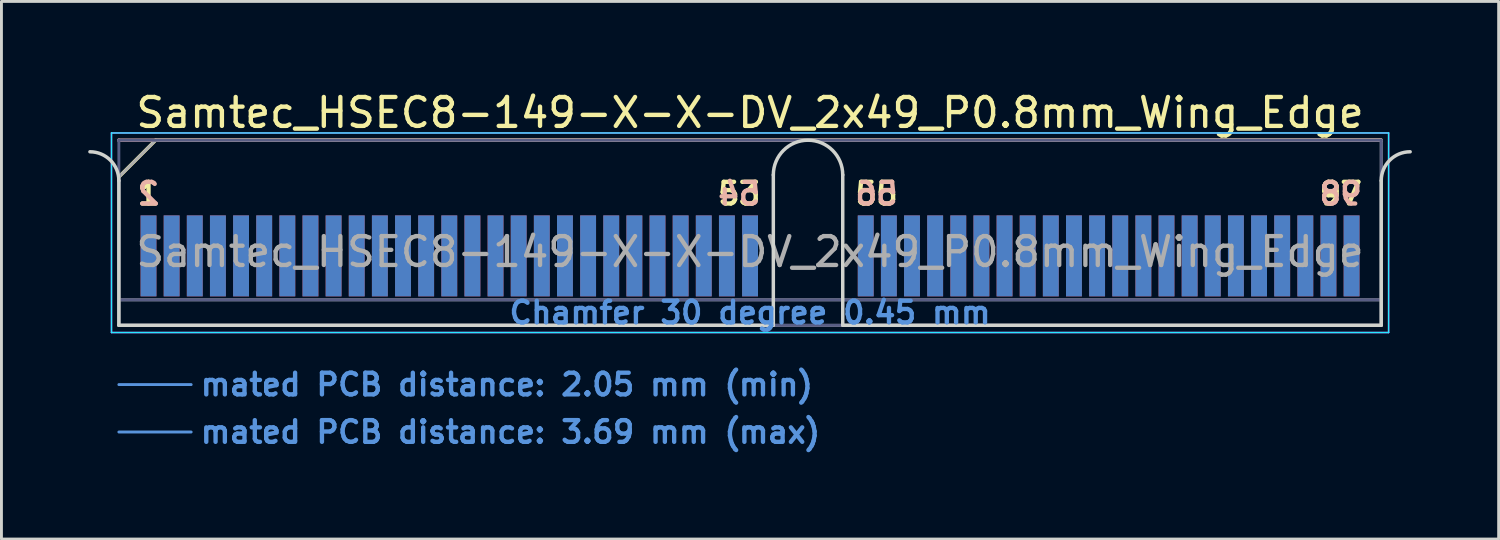
<source format=kicad_pcb>
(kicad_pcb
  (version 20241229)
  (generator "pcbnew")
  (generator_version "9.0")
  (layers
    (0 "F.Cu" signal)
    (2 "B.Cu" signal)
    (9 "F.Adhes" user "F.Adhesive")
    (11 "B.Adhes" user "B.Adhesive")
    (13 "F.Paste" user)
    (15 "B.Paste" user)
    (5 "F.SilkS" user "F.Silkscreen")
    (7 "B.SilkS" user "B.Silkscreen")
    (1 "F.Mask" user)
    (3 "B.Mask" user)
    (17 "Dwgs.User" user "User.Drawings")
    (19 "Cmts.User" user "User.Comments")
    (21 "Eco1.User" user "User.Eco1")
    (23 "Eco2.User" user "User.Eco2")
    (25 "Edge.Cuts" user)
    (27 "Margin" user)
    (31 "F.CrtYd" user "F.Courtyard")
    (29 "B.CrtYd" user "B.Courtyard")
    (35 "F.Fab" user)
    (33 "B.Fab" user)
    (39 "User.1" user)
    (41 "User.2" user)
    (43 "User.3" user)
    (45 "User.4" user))
  (footprint "Samtec_HSEC8-149-X-X-DV_2x49_P0.8mm_Wing_Edge"
    (layer "F.Cu")
    (at 22.885 8.198)
    (property "Reference" "Samtec_HSEC8-149-X-X-DV_2x49_P0.8mm_Wing_Edge" (at 0 -7.35 0) (layer "F.SilkS") (effects (font (size 1 1) (thickness 0.15))))
    (attr exclude_from_pos_files exclude_from_bom)
    (fp_line (start -21.825 -5.13) (end -20.555 -6.4) (stroke (width 0.12) (type solid)) (layer "F.SilkS"))
    (fp_line (start -20.555 -6.4) (end 21.825 -6.4) (stroke (width 0.12) (type solid)) (layer "F.SilkS"))
    (fp_line (start -21.825 -6.4) (end -21.825 -6.4) (stroke (width 0.12) (type solid)) (layer "B.SilkS"))
    (fp_line (start -21.825 -6.4) (end 21.825 -6.4) (stroke (width 0.12) (type solid)) (layer "B.SilkS"))
    (fp_line (start -21.825 2.05) (end -19.325 2.05) (stroke (width 0.1) (type solid)) (layer "Cmts.User"))
    (fp_line (start -21.825 3.69) (end -19.325 3.69) (stroke (width 0.1) (type solid)) (layer "Cmts.User"))
    (fp_line (start -21.825 -5) (end -21.825 0) (stroke (width 0.12) (type solid)) (layer "Edge.Cuts"))
    (fp_line (start -21.825 0) (end 0.805 0) (stroke (width 0.12) (type solid)) (layer "Edge.Cuts"))
    (fp_line (start 0.805 0) (end 0.805 -5.2) (stroke (width 0.12) (type solid)) (layer "Edge.Cuts"))
    (fp_line (start 3.205 -5.2) (end 3.205 0) (stroke (width 0.12) (type solid)) (layer "Edge.Cuts"))
    (fp_line (start 3.205 0) (end 21.825 0) (stroke (width 0.12) (type solid)) (layer "Edge.Cuts"))
    (fp_line (start 21.825 0) (end 21.825 -5) (stroke (width 0.12) (type solid)) (layer "Edge.Cuts"))
    (fp_arc (start -22.825 -6) (mid -22.117893 -5.707107) (end -21.825 -5) (stroke (width 0.12) (type solid)) (layer "Edge.Cuts"))
    (fp_arc (start 0.805 -5.2) (mid 2.005 -6.4) (end 3.205 -5.2) (stroke (width 0.12) (type solid)) (layer "Edge.Cuts"))
    (fp_arc (start 21.825 -5) (mid 22.117893 -5.707107) (end 22.825 -6) (stroke (width 0.12) (type solid)) (layer "Edge.Cuts"))
    (fp_line (start -22.08 -6.65) (end -22.08 0.25) (stroke (width 0.05) (type solid)) (layer "B.CrtYd"))
    (fp_line (start -22.08 0.25) (end 22.08 0.25) (stroke (width 0.05) (type solid)) (layer "B.CrtYd"))
    (fp_line (start 22.08 -6.65) (end -22.08 -6.65) (stroke (width 0.05) (type solid)) (layer "B.CrtYd"))
    (fp_line (start 22.08 0.25) (end 22.08 -6.65) (stroke (width 0.05) (type solid)) (layer "B.CrtYd"))
    (fp_line (start -22.08 -6.65) (end -22.08 0.25) (stroke (width 0.05) (type solid)) (layer "F.CrtYd"))
    (fp_line (start -22.08 0.25) (end 22.08 0.25) (stroke (width 0.05) (type solid)) (layer "F.CrtYd"))
    (fp_line (start 22.08 -6.65) (end -22.08 -6.65) (stroke (width 0.05) (type solid)) (layer "F.CrtYd"))
    (fp_line (start 22.08 0.25) (end 22.08 -6.65) (stroke (width 0.05) (type solid)) (layer "F.CrtYd"))
    (fp_line (start -21.825 -6.4) (end -21.825 -6.4) (stroke (width 0.1) (type solid)) (layer "B.Fab"))
    (fp_line (start -21.825 -6.4) (end -21.825 0) (stroke (width 0.1) (type solid)) (layer "B.Fab"))
    (fp_line (start -21.825 -6.4) (end 21.825 -6.4) (stroke (width 0.1) (type solid)) (layer "B.Fab"))
    (fp_line (start -21.825 -0.88) (end 21.825 -0.88) (stroke (width 0.1) (type solid)) (layer "B.Fab"))
    (fp_line (start -21.825 0) (end 21.825 0) (stroke (width 0.1) (type solid)) (layer "B.Fab"))
    (fp_line (start 21.825 -6.4) (end 21.825 0) (stroke (width 0.1) (type solid)) (layer "B.Fab"))
    (fp_line (start -21.825 -5.13) (end -21.825 0) (stroke (width 0.1) (type solid)) (layer "F.Fab"))
    (fp_line (start -21.825 -5.13) (end -20.555 -6.4) (stroke (width 0.1) (type solid)) (layer "F.Fab"))
    (fp_line (start -21.825 -0.88) (end 21.825 -0.88) (stroke (width 0.1) (type solid)) (layer "F.Fab"))
    (fp_line (start -21.825 0) (end 21.825 0) (stroke (width 0.1) (type solid)) (layer "F.Fab"))
    (fp_line (start -20.555 -6.4) (end 21.825 -6.4) (stroke (width 0.1) (type solid)) (layer "F.Fab"))
    (fp_line (start 21.825 -6.4) (end 21.825 0) (stroke (width 0.1) (type solid)) (layer "F.Fab"))
    (fp_text user "97" (at 20.425 -4.55 0) (layer "F.SilkS") (effects (font (size 0.75 0.75) (thickness 0.15))))
    (fp_text user "1" (at -20.8 -4.55 0) (layer "F.SilkS") (effects (font (size 0.75 0.75) (thickness 0.15))))
    (fp_text user "55" (at 4.375 -4.55 0) (layer "F.SilkS") (effects (font (size 0.75 0.75) (thickness 0.15))))
    (fp_text user "53" (at -0.375 -4.55 0) (layer "F.SilkS") (effects (font (size 0.75 0.75) (thickness 0.15))))
    (fp_text user "56" (at 4.375 -4.55 0) (layer "B.SilkS") (effects (font (size 0.75 0.75) (thickness 0.15)) (justify mirror)))
    (fp_text user "2" (at -20.8 -4.55 0) (layer "B.SilkS") (effects (font (size 0.75 0.75) (thickness 0.15)) (justify mirror)))
    (fp_text user "98" (at 20.425 -4.55 0) (layer "B.SilkS") (effects (font (size 0.75 0.75) (thickness 0.15)) (justify mirror)))
    (fp_text user "54" (at -0.375 -4.55 0) (layer "B.SilkS") (effects (font (size 0.75 0.75) (thickness 0.15)) (justify mirror)))
    (fp_text user "Chamfer 30 degree 0.45 mm" (at 0 -0.44 0) (layer "Cmts.User") (effects (font (size 0.75 0.75) (thickness 0.15))))
    (fp_text user "mated PCB distance: 3.69 mm (max)" (at -19.08 3.69 0) (layer "Cmts.User") (effects (font (size 0.75 0.75) (thickness 0.15)) (justify left)))
    (fp_text user "mated PCB distance: 2.05 mm (min)" (at -19.08 2.05 0) (layer "Cmts.User") (effects (font (size 0.75 0.75) (thickness 0.15)) (justify left)))
    (fp_text user "${REFERENCE}" (at 0 -2.54 0) (layer "F.Fab") (effects (font (size 1 1) (thickness 0.15))))
    (pad "1" connect rect (at -20.8 -2.4) (size 0.55 2.8) (layers "F.Cu" "F.Mask"))
    (pad "2" connect rect (at -20.8 -2.4) (size 0.55 2.8) (layers "B.Cu" "B.Mask"))
    (pad "3" connect rect (at -20 -2.4) (size 0.55 2.8) (layers "F.Cu" "F.Mask"))
    (pad "4" connect rect (at -20 -2.4) (size 0.55 2.8) (layers "B.Cu" "B.Mask"))
    (pad "5" connect rect (at -19.2 -2.4) (size 0.55 2.8) (layers "F.Cu" "F.Mask"))
    (pad "6" connect rect (at -19.2 -2.4) (size 0.55 2.8) (layers "B.Cu" "B.Mask"))
    (pad "7" connect rect (at -18.4 -2.4) (size 0.55 2.8) (layers "F.Cu" "F.Mask"))
    (pad "8" connect rect (at -18.4 -2.4) (size 0.55 2.8) (layers "B.Cu" "B.Mask"))
    (pad "9" connect rect (at -17.6 -2.4) (size 0.55 2.8) (layers "F.Cu" "F.Mask"))
    (pad "10" connect rect (at -17.6 -2.4) (size 0.55 2.8) (layers "B.Cu" "B.Mask"))
    (pad "11" connect rect (at -16.8 -2.4) (size 0.55 2.8) (layers "F.Cu" "F.Mask"))
    (pad "12" connect rect (at -16.8 -2.4) (size 0.55 2.8) (layers "B.Cu" "B.Mask"))
    (pad "13" connect rect (at -16 -2.4) (size 0.55 2.8) (layers "F.Cu" "F.Mask"))
    (pad "14" connect rect (at -16 -2.4) (size 0.55 2.8) (layers "B.Cu" "B.Mask"))
    (pad "15" connect rect (at -15.2 -2.4) (size 0.55 2.8) (layers "F.Cu" "F.Mask"))
    (pad "16" connect rect (at -15.2 -2.4) (size 0.55 2.8) (layers "B.Cu" "B.Mask"))
    (pad "17" connect rect (at -14.4 -2.4) (size 0.55 2.8) (layers "F.Cu" "F.Mask"))
    (pad "18" connect rect (at -14.4 -2.4) (size 0.55 2.8) (layers "B.Cu" "B.Mask"))
    (pad "19" connect rect (at -13.6 -2.4) (size 0.55 2.8) (layers "F.Cu" "F.Mask"))
    (pad "20" connect rect (at -13.6 -2.4) (size 0.55 2.8) (layers "B.Cu" "B.Mask"))
    (pad "21" connect rect (at -12.8 -2.4) (size 0.55 2.8) (layers "F.Cu" "F.Mask"))
    (pad "22" connect rect (at -12.8 -2.4) (size 0.55 2.8) (layers "B.Cu" "B.Mask"))
    (pad "23" connect rect (at -12 -2.4) (size 0.55 2.8) (layers "F.Cu" "F.Mask"))
    (pad "24" connect rect (at -12 -2.4) (size 0.55 2.8) (layers "B.Cu" "B.Mask"))
    (pad "25" connect rect (at -11.2 -2.4) (size 0.55 2.8) (layers "F.Cu" "F.Mask"))
    (pad "26" connect rect (at -11.2 -2.4) (size 0.55 2.8) (layers "B.Cu" "B.Mask"))
    (pad "27" connect rect (at -10.4 -2.4) (size 0.55 2.8) (layers "F.Cu" "F.Mask"))
    (pad "28" connect rect (at -10.4 -2.4) (size 0.55 2.8) (layers "B.Cu" "B.Mask"))
    (pad "29" connect rect (at -9.6 -2.4) (size 0.55 2.8) (layers "F.Cu" "F.Mask"))
    (pad "30" connect rect (at -9.6 -2.4) (size 0.55 2.8) (layers "B.Cu" "B.Mask"))
    (pad "31" connect rect (at -8.8 -2.4) (size 0.55 2.8) (layers "F.Cu" "F.Mask"))
    (pad "32" connect rect (at -8.8 -2.4) (size 0.55 2.8) (layers "B.Cu" "B.Mask"))
    (pad "33" connect rect (at -8 -2.4) (size 0.55 2.8) (layers "F.Cu" "F.Mask"))
    (pad "34" connect rect (at -8 -2.4) (size 0.55 2.8) (layers "B.Cu" "B.Mask"))
    (pad "35" connect rect (at -7.2 -2.4) (size 0.55 2.8) (layers "F.Cu" "F.Mask"))
    (pad "36" connect rect (at -7.2 -2.4) (size 0.55 2.8) (layers "B.Cu" "B.Mask"))
    (pad "37" connect rect (at -6.4 -2.4) (size 0.55 2.8) (layers "F.Cu" "F.Mask"))
    (pad "38" connect rect (at -6.4 -2.4) (size 0.55 2.8) (layers "B.Cu" "B.Mask"))
    (pad "39" connect rect (at -5.6 -2.4) (size 0.55 2.8) (layers "F.Cu" "F.Mask"))
    (pad "40" connect rect (at -5.6 -2.4) (size 0.55 2.8) (layers "B.Cu" "B.Mask"))
    (pad "41" connect rect (at -4.8 -2.4) (size 0.55 2.8) (layers "F.Cu" "F.Mask"))
    (pad "42" connect rect (at -4.8 -2.4) (size 0.55 2.8) (layers "B.Cu" "B.Mask"))
    (pad "43" connect rect (at -4 -2.4) (size 0.55 2.8) (layers "F.Cu" "F.Mask"))
    (pad "44" connect rect (at -4 -2.4) (size 0.55 2.8) (layers "B.Cu" "B.Mask"))
    (pad "45" connect rect (at -3.2 -2.4) (size 0.55 2.8) (layers "F.Cu" "F.Mask"))
    (pad "46" connect rect (at -3.2 -2.4) (size 0.55 2.8) (layers "B.Cu" "B.Mask"))
    (pad "47" connect rect (at -2.4 -2.4) (size 0.55 2.8) (layers "F.Cu" "F.Mask"))
    (pad "48" connect rect (at -2.4 -2.4) (size 0.55 2.8) (layers "B.Cu" "B.Mask"))
    (pad "49" connect rect (at -1.6 -2.4) (size 0.55 2.8) (layers "F.Cu" "F.Mask"))
    (pad "50" connect rect (at -1.6 -2.4) (size 0.55 2.8) (layers "B.Cu" "B.Mask"))
    (pad "51" connect rect (at -0.8 -2.4) (size 0.55 2.8) (layers "F.Cu" "F.Mask"))
    (pad "52" connect rect (at -0.8 -2.4) (size 0.55 2.8) (layers "B.Cu" "B.Mask"))
    (pad "53" connect rect (at 0 -2.4) (size 0.55 2.8) (layers "F.Cu" "F.Mask"))
    (pad "54" connect rect (at 0 -2.4) (size 0.55 2.8) (layers "B.Cu" "B.Mask"))
    (pad "55" connect rect (at 4 -2.4) (size 0.55 2.8) (layers "F.Cu" "F.Mask"))
    (pad "56" connect rect (at 4 -2.4) (size 0.55 2.8) (layers "B.Cu" "B.Mask"))
    (pad "57" connect rect (at 4.8 -2.4) (size 0.55 2.8) (layers "F.Cu" "F.Mask"))
    (pad "58" connect rect (at 4.8 -2.4) (size 0.55 2.8) (layers "B.Cu" "B.Mask"))
    (pad "59" connect rect (at 5.6 -2.4) (size 0.55 2.8) (layers "F.Cu" "F.Mask"))
    (pad "60" connect rect (at 5.6 -2.4) (size 0.55 2.8) (layers "B.Cu" "B.Mask"))
    (pad "61" connect rect (at 6.4 -2.4) (size 0.55 2.8) (layers "F.Cu" "F.Mask"))
    (pad "62" connect rect (at 6.4 -2.4) (size 0.55 2.8) (layers "B.Cu" "B.Mask"))
    (pad "63" connect rect (at 7.2 -2.4) (size 0.55 2.8) (layers "F.Cu" "F.Mask"))
    (pad "64" connect rect (at 7.2 -2.4) (size 0.55 2.8) (layers "B.Cu" "B.Mask"))
    (pad "65" connect rect (at 8 -2.4) (size 0.55 2.8) (layers "F.Cu" "F.Mask"))
    (pad "66" connect rect (at 8 -2.4) (size 0.55 2.8) (layers "B.Cu" "B.Mask"))
    (pad "67" connect rect (at 8.8 -2.4) (size 0.55 2.8) (layers "F.Cu" "F.Mask"))
    (pad "68" connect rect (at 8.8 -2.4) (size 0.55 2.8) (layers "B.Cu" "B.Mask"))
    (pad "69" connect rect (at 9.6 -2.4) (size 0.55 2.8) (layers "F.Cu" "F.Mask"))
    (pad "70" connect rect (at 9.6 -2.4) (size 0.55 2.8) (layers "B.Cu" "B.Mask"))
    (pad "71" connect rect (at 10.4 -2.4) (size 0.55 2.8) (layers "F.Cu" "F.Mask"))
    (pad "72" connect rect (at 10.4 -2.4) (size 0.55 2.8) (layers "B.Cu" "B.Mask"))
    (pad "73" connect rect (at 11.2 -2.4) (size 0.55 2.8) (layers "F.Cu" "F.Mask"))
    (pad "74" connect rect (at 11.2 -2.4) (size 0.55 2.8) (layers "B.Cu" "B.Mask"))
    (pad "75" connect rect (at 12 -2.4) (size 0.55 2.8) (layers "F.Cu" "F.Mask"))
    (pad "76" connect rect (at 12 -2.4) (size 0.55 2.8) (layers "B.Cu" "B.Mask"))
    (pad "77" connect rect (at 12.8 -2.4) (size 0.55 2.8) (layers "F.Cu" "F.Mask"))
    (pad "78" connect rect (at 12.8 -2.4) (size 0.55 2.8) (layers "B.Cu" "B.Mask"))
    (pad "79" connect rect (at 13.6 -2.4) (size 0.55 2.8) (layers "F.Cu" "F.Mask"))
    (pad "80" connect rect (at 13.6 -2.4) (size 0.55 2.8) (layers "B.Cu" "B.Mask"))
    (pad "81" connect rect (at 14.4 -2.4) (size 0.55 2.8) (layers "F.Cu" "F.Mask"))
    (pad "82" connect rect (at 14.4 -2.4) (size 0.55 2.8) (layers "B.Cu" "B.Mask"))
    (pad "83" connect rect (at 15.2 -2.4) (size 0.55 2.8) (layers "F.Cu" "F.Mask"))
    (pad "84" connect rect (at 15.2 -2.4) (size 0.55 2.8) (layers "B.Cu" "B.Mask"))
    (pad "85" connect rect (at 16 -2.4) (size 0.55 2.8) (layers "F.Cu" "F.Mask"))
    (pad "86" connect rect (at 16 -2.4) (size 0.55 2.8) (layers "B.Cu" "B.Mask"))
    (pad "87" connect rect (at 16.8 -2.4) (size 0.55 2.8) (layers "F.Cu" "F.Mask"))
    (pad "88" connect rect (at 16.8 -2.4) (size 0.55 2.8) (layers "B.Cu" "B.Mask"))
    (pad "89" connect rect (at 17.6 -2.4) (size 0.55 2.8) (layers "F.Cu" "F.Mask"))
    (pad "90" connect rect (at 17.6 -2.4) (size 0.55 2.8) (layers "B.Cu" "B.Mask"))
    (pad "91" connect rect (at 18.4 -2.4) (size 0.55 2.8) (layers "F.Cu" "F.Mask"))
    (pad "92" connect rect (at 18.4 -2.4) (size 0.55 2.8) (layers "B.Cu" "B.Mask"))
    (pad "93" connect rect (at 19.2 -2.4) (size 0.55 2.8) (layers "F.Cu" "F.Mask"))
    (pad "94" connect rect (at 19.2 -2.4) (size 0.55 2.8) (layers "B.Cu" "B.Mask"))
    (pad "95" connect rect (at 20 -2.4) (size 0.55 2.8) (layers "F.Cu" "F.Mask"))
    (pad "96" connect rect (at 20 -2.4) (size 0.55 2.8) (layers "B.Cu" "B.Mask"))
    (pad "97" connect rect (at 20.8 -2.4) (size 0.55 2.8) (layers "F.Cu" "F.Mask"))
    (pad "98" connect rect (at 20.8 -2.4) (size 0.55 2.8) (layers "B.Cu" "B.Mask")))
  (gr_rect
    (start -3 -3)
    (end 48.77 15.59)
    (stroke (width 0.1) (type default))
    (fill no)
    (layer "Edge.Cuts")))
</source>
